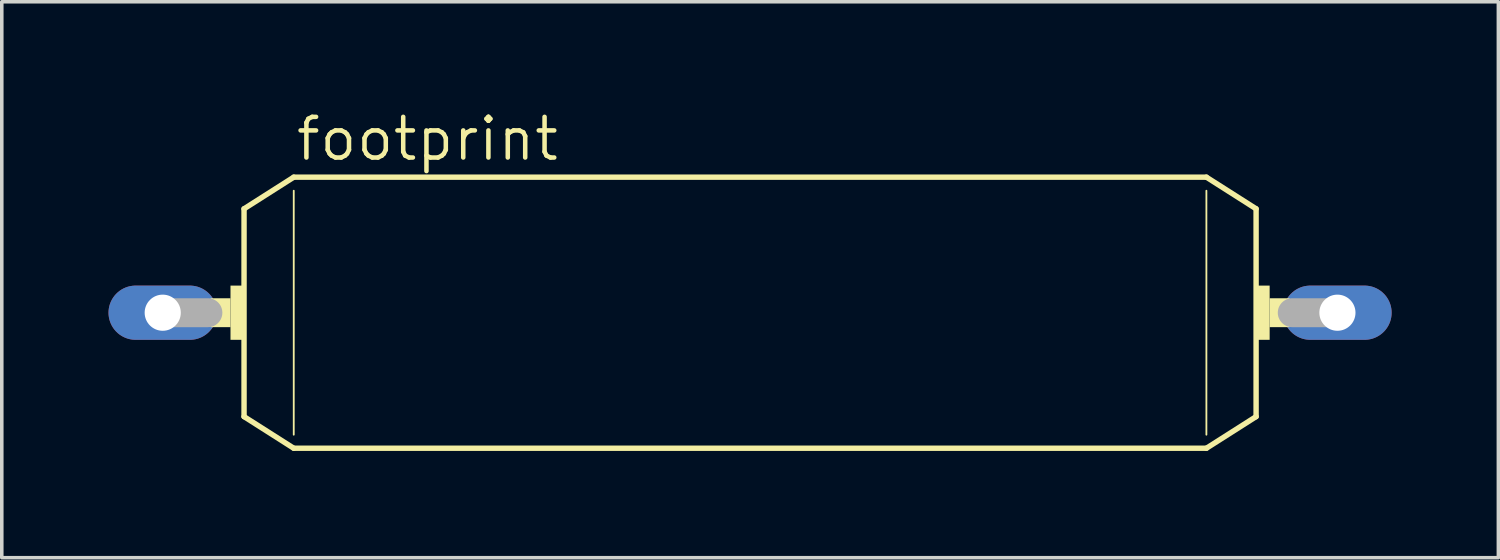
<source format=kicad_pcb>
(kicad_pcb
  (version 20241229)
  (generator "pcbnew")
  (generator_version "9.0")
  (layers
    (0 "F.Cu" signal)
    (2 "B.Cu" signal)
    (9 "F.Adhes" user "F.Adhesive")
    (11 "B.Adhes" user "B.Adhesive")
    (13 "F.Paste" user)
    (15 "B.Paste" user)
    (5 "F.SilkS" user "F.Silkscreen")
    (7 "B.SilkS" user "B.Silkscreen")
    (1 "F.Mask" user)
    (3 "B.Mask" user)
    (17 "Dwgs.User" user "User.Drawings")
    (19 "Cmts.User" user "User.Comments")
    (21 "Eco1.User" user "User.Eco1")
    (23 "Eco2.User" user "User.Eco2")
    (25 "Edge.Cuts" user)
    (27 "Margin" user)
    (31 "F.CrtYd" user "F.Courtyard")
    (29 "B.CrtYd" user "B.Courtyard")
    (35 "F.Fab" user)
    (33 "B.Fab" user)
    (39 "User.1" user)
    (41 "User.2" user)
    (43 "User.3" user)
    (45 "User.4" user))
  (footprint "footprint"
    (layer "F.Cu")
    (at 18.034 5.74)
    (property "Reference" "footprint" (at -12.827 -4.216 0) (layer "F.SilkS") (effects (font (size 1.143 1.143) (thickness 0.127)) (justify left bottom)))
    (fp_line (start -14.224 -2.921) (end -12.827 -3.81) (stroke (width 0.152) (type solid)) (layer "F.SilkS"))
    (fp_line (start -14.224 2.921) (end -14.224 -2.921) (stroke (width 0.152) (type solid)) (layer "F.SilkS"))
    (fp_line (start -14.224 2.921) (end -12.827 3.81) (stroke (width 0.152) (type solid)) (layer "F.SilkS"))
    (fp_line (start -12.827 -3.429) (end -12.827 3.429) (stroke (width 0.051) (type solid)) (layer "F.SilkS"))
    (fp_line (start 12.827 -3.81) (end -12.827 -3.81) (stroke (width 0.152) (type solid)) (layer "F.SilkS"))
    (fp_line (start 12.827 -3.429) (end 12.827 3.429) (stroke (width 0.051) (type solid)) (layer "F.SilkS"))
    (fp_line (start 12.827 3.81) (end -12.827 3.81) (stroke (width 0.152) (type solid)) (layer "F.SilkS"))
    (fp_line (start 14.224 -2.921) (end 12.827 -3.81) (stroke (width 0.152) (type solid)) (layer "F.SilkS"))
    (fp_line (start 14.224 2.921) (end 12.827 3.81) (stroke (width 0.152) (type solid)) (layer "F.SilkS"))
    (fp_line (start 14.224 2.921) (end 14.224 -2.921) (stroke (width 0.152) (type solid)) (layer "F.SilkS"))
    (fp_poly (pts (xy -15.164 0.406) (xy -14.605 0.406) (xy -14.605 -0.406) (xy -15.164 -0.406)) (stroke (width 0) (type solid)) (fill yes) (layer "F.SilkS"))
    (fp_poly (pts (xy -14.605 0.762) (xy -14.224 0.762) (xy -14.224 -0.762) (xy -14.605 -0.762)) (stroke (width 0) (type solid)) (fill yes) (layer "F.SilkS"))
    (fp_poly (pts (xy 14.224 0.762) (xy 14.605 0.762) (xy 14.605 -0.762) (xy 14.224 -0.762)) (stroke (width 0) (type solid)) (fill yes) (layer "F.SilkS"))
    (fp_poly (pts (xy 14.605 0.406) (xy 15.164 0.406) (xy 15.164 -0.406) (xy 14.605 -0.406)) (stroke (width 0) (type solid)) (fill yes) (layer "F.SilkS"))
    (fp_line (start -16.51 0) (end -15.24 0) (stroke (width 0.813) (type solid)) (layer "F.Fab"))
    (fp_line (start 16.51 0) (end 15.24 0) (stroke (width 0.813) (type solid)) (layer "F.Fab"))
    (pad "1" thru_hole oval (at -16.51 0) (size 3.048 1.524) (drill 1.016) (layers "*.Cu" "*.Mask"))
    (pad "2" thru_hole oval (at 16.51 0) (size 3.048 1.524) (drill 1.016) (layers "*.Cu" "*.Mask")))
  (gr_rect
    (start -3 -3)
    (end 39.068 12.627)
    (stroke (width 0.1) (type default))
    (fill no)
    (layer "Edge.Cuts")))
</source>
